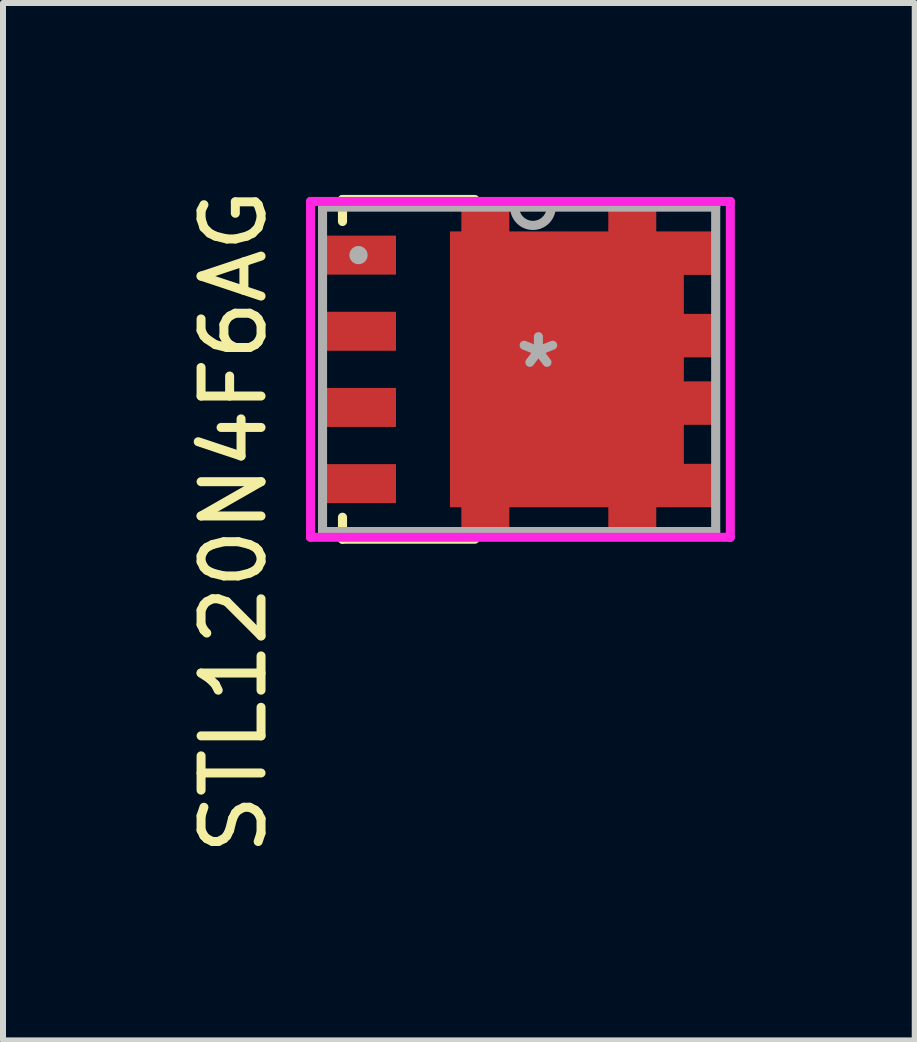
<source format=kicad_pcb>
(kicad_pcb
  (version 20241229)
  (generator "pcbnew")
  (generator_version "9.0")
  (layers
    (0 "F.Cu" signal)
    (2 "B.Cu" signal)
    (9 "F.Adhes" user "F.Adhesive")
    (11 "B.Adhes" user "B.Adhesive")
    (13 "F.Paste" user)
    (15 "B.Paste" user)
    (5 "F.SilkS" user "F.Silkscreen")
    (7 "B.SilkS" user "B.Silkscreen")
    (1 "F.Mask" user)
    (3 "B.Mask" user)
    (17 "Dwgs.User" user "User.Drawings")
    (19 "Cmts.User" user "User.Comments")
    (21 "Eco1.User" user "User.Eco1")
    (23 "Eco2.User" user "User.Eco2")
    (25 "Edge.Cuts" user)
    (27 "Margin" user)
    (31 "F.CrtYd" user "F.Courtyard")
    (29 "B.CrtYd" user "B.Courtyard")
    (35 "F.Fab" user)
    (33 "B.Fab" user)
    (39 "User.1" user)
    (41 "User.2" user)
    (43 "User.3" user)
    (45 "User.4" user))
  (footprint "STL120N4F6AG"
    (layer "F.Cu")
    (at 5.928 3.109)
    (property "Reference" "STL120N4F6AG" (at -5.08 2.54 90) (layer "F.SilkS") (effects (font (size 1 1) (thickness 0.15))))
    (attr through_hole)
    (fp_line (start -3.267 -2.832) (end -3.267 -2.466) (stroke (width 0.152) (type solid)) (layer "F.SilkS"))
    (fp_line (start -3.267 2.466) (end -3.267 2.832) (stroke (width 0.152) (type solid)) (layer "F.SilkS"))
    (fp_line (start -3.267 2.832) (end -1.06 2.832) (stroke (width 0.152) (type solid)) (layer "F.SilkS"))
    (fp_line (start -1.06 -2.832) (end -3.267 -2.832) (stroke (width 0.152) (type solid)) (layer "F.SilkS"))
    (fp_line (start -3.8 -2.8) (end -3.8 2.8) (stroke (width 0.15) (type solid)) (layer "F.CrtYd"))
    (fp_line (start -3.8 2.8) (end 3.2 2.8) (stroke (width 0.15) (type solid)) (layer "F.CrtYd"))
    (fp_line (start 3.2 -2.8) (end -3.8 -2.8) (stroke (width 0.15) (type solid)) (layer "F.CrtYd"))
    (fp_line (start 3.2 2.8) (end 3.2 -2.8) (stroke (width 0.15) (type solid)) (layer "F.CrtYd"))
    (fp_line (start -3.6 -2.705) (end -3.6 2.705) (stroke (width 0.152) (type solid)) (layer "F.Fab"))
    (fp_line (start -3.6 2.705) (end 2.956 2.705) (stroke (width 0.152) (type solid)) (layer "F.Fab"))
    (fp_line (start 2.956 -2.705) (end -3.6 -2.705) (stroke (width 0.152) (type solid)) (layer "F.Fab"))
    (fp_line (start 2.956 2.705) (end 2.956 -2.705) (stroke (width 0.152) (type solid)) (layer "F.Fab"))
    (fp_arc (start 0.2131 -2.7051) (mid -0.0917 -2.4003) (end -0.3965 -2.7051) (stroke (width 0.1524) (type solid)) (layer "F.Fab"))
    (fp_circle (center -3 -1.905) (end -3 -1.905) (stroke (width 0.152) (type solid)) (fill no) (layer "F.Fab"))
    (fp_text user "*" (at 0 0 0) (layer "F.Fab") (effects (font (size 1 1) (thickness 0.15))))
    (pad "1" smd rect (at -3 -1.905) (size 1.25 0.65) (layers "F.Cu" "F.Mask" "F.Paste"))
    (pad "2" smd rect (at -3 -0.635) (size 1.25 0.65) (layers "F.Cu" "F.Mask" "F.Paste"))
    (pad "3" smd rect (at -3 0.635) (size 1.25 0.65) (layers "F.Cu" "F.Mask" "F.Paste"))
    (pad "4" smd rect (at -3 1.905) (size 1.25 0.65) (layers "F.Cu" "F.Mask" "F.Paste"))
    (pad "5" smd custom (at 0.565 0) (size 1 1) (layers "F.Cu") (options (anchor rect)) (primitives (gr_poly (pts (xy 1.86 -0.2) (xy 1.86 0.2) (xy 2.46 0.2) (xy 2.46 0.925) (xy 1.86 0.925) (xy 1.86 1.575) (xy 2.46 1.575) (xy 2.46 2.3) (xy 1.86 2.3) (xy 1.4 2.3) (xy 1.4 2.7) (xy 0.6 2.7) (xy 0.6 2.3) (xy -1.05 2.3) (xy -1.05 2.7) (xy -1.85 2.7) (xy -1.85 2.3) (xy -2.04 2.3) (xy -2.04 -0.22)) (width 0) (fill yes)) (gr_poly (pts (xy 2.46 -0.2) (xy 2.46 -0.925) (xy 1.86 -0.925) (xy 1.86 -1.575) (xy 2.46 -1.575) (xy 2.46 -2.3) (xy 1.86 -2.3) (xy 1.4 -2.3) (xy 1.4 -2.7) (xy 0.6 -2.7) (xy 0.6 -2.3) (xy -1.05 -2.3) (xy -1.05 -2.7) (xy -1.85 -2.7) (xy -1.85 -2.3) (xy -2.04 -2.3) (xy -2.04 -0.2)) (width 0) (fill yes)))))
  (gr_rect
    (start -3 -3)
    (end 12.203 14.298)
    (stroke (width 0.1) (type default))
    (fill no)
    (layer "Edge.Cuts")))
</source>
